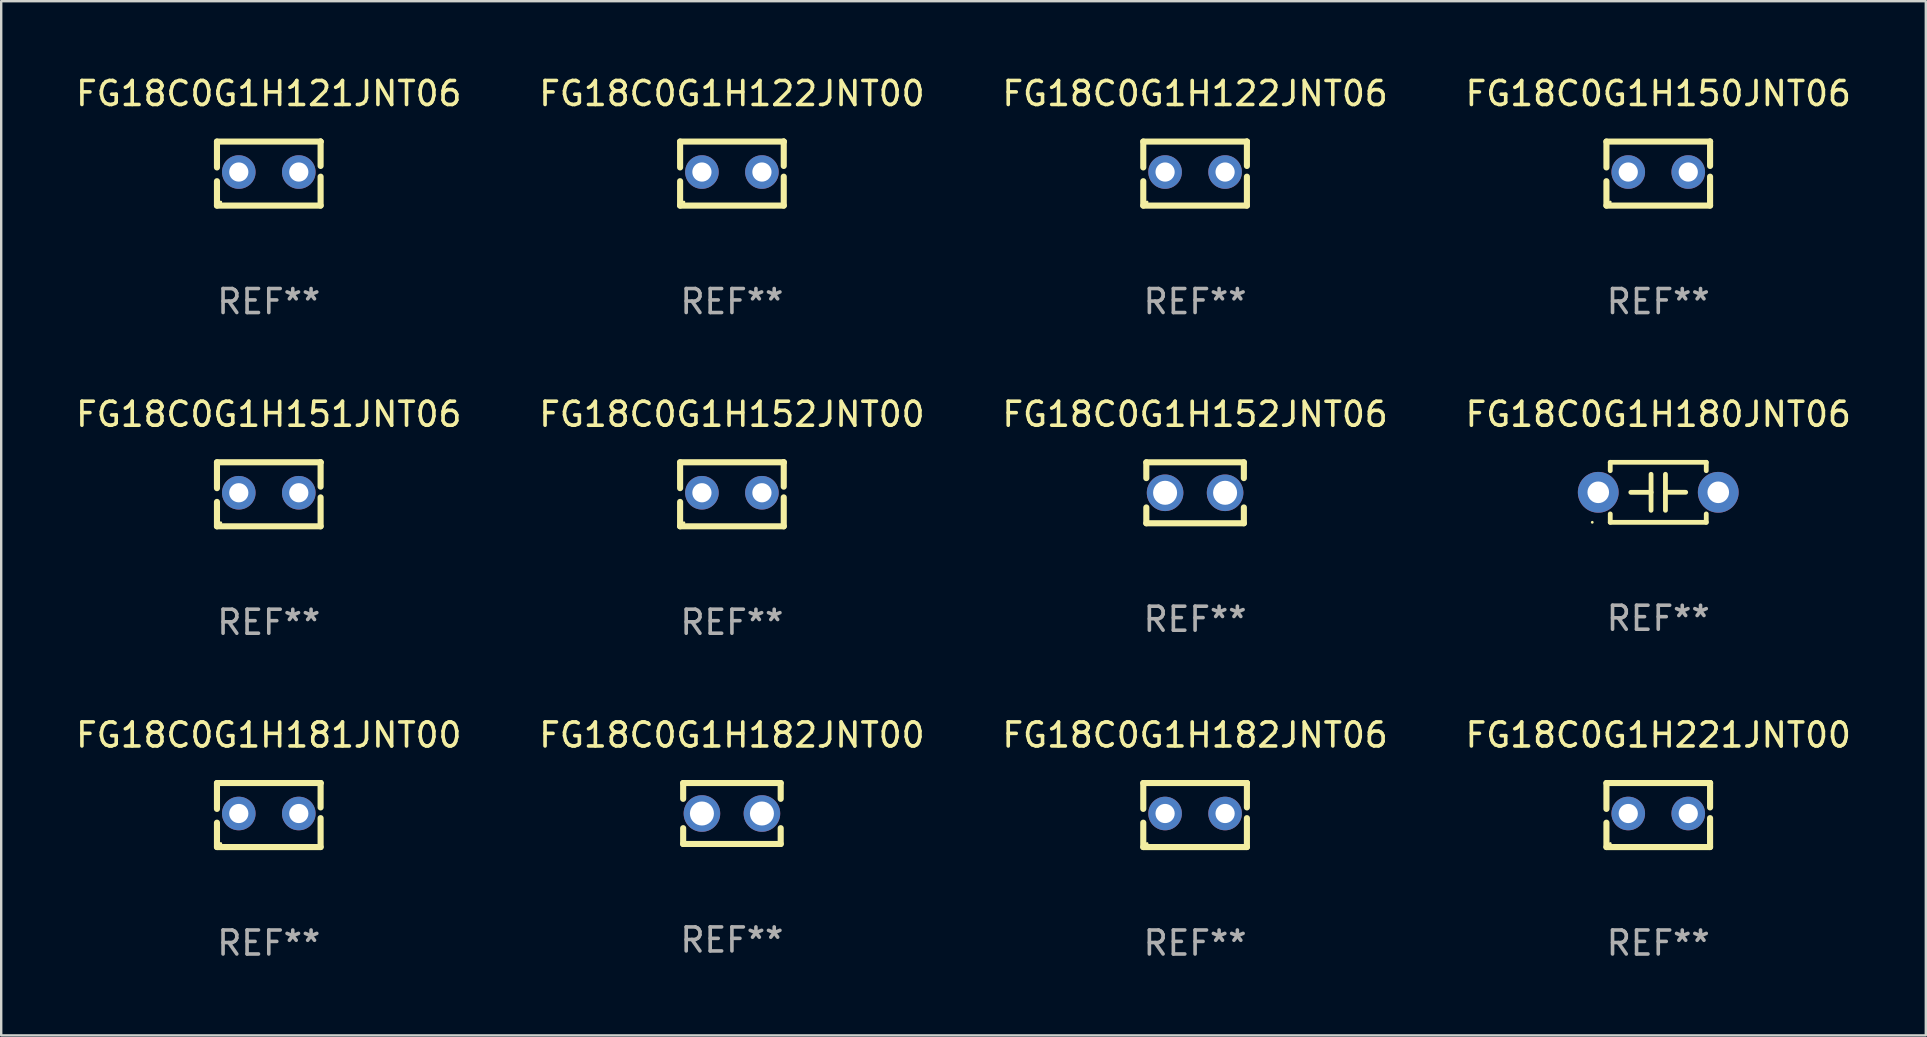
<source format=kicad_pcb>
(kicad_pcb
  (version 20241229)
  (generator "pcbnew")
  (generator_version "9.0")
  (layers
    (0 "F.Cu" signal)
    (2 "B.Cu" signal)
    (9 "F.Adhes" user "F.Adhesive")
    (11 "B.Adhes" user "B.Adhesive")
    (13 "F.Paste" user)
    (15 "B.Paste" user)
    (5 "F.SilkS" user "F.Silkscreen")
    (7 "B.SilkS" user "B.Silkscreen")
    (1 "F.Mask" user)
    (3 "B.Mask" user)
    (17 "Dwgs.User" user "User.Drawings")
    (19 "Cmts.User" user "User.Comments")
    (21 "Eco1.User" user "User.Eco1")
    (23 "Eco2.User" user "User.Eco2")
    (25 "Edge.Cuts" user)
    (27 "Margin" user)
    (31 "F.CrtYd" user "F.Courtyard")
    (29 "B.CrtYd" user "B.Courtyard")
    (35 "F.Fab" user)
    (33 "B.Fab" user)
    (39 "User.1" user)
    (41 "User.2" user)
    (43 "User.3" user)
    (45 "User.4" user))
  (footprint "FG18C0G1H121JNT06"
    (layer "F.Cu")
    (at 8.149 4.182)
    (property "Reference" "FG18C0G1H121JNT06" (at 0 -3.334 0) (layer "F.SilkS") (effects (font (size 1 1) (thickness 0.15))))
    (attr through_hole)
    (fp_line (start -2.159 -1.334) (end 2.159 -1.334) (stroke (width 0.254) (type solid)) (layer "F.SilkS"))
    (fp_line (start -2.159 -0.256) (end -2.159 -1.334) (stroke (width 0.254) (type solid)) (layer "F.SilkS"))
    (fp_line (start -2.159 1.334) (end -2.159 0.318) (stroke (width 0.254) (type solid)) (layer "F.SilkS"))
    (fp_line (start 2.159 -1.334) (end 2.159 -1.334) (stroke (width 0.254) (type solid)) (layer "F.SilkS"))
    (fp_line (start 2.159 -1.334) (end 2.159 -0.318) (stroke (width 0.254) (type solid)) (layer "F.SilkS"))
    (fp_line (start 2.159 0.129) (end 2.159 1.334) (stroke (width 0.254) (type solid)) (layer "F.SilkS"))
    (fp_line (start 2.159 1.334) (end -2.159 1.334) (stroke (width 0.254) (type solid)) (layer "F.SilkS"))
    (fp_circle (center -2 1.186) (end -1.97 1.186) (stroke (width 0.06) (type solid)) (fill no) (layer "F.SilkS"))
    (fp_text user "REF**" (at 0 5.334 0) (layer "F.Fab") (effects (font (size 1 1) (thickness 0.15))))
    (pad "1" thru_hole circle (at -1.25 -0.064) (size 1.4 1.4) (drill 0.8) (layers "*.Cu" "*.Mask"))
    (pad "2" thru_hole circle (at 1.25 -0.064) (size 1.4 1.4) (drill 0.8) (layers "*.Cu" "*.Mask")))
  (footprint "FG18C0G1H150JNT06"
    (layer "F.Cu")
    (at 66.042 4.182)
    (property "Reference" "FG18C0G1H150JNT06" (at 0 -3.334 0) (layer "F.SilkS") (effects (font (size 1 1) (thickness 0.15))))
    (attr through_hole)
    (fp_line (start -2.159 -1.334) (end 2.159 -1.334) (stroke (width 0.254) (type solid)) (layer "F.SilkS"))
    (fp_line (start -2.159 -0.256) (end -2.159 -1.334) (stroke (width 0.254) (type solid)) (layer "F.SilkS"))
    (fp_line (start -2.159 1.334) (end -2.159 0.318) (stroke (width 0.254) (type solid)) (layer "F.SilkS"))
    (fp_line (start 2.159 -1.334) (end 2.159 -1.334) (stroke (width 0.254) (type solid)) (layer "F.SilkS"))
    (fp_line (start 2.159 -1.334) (end 2.159 -0.318) (stroke (width 0.254) (type solid)) (layer "F.SilkS"))
    (fp_line (start 2.159 0.129) (end 2.159 1.334) (stroke (width 0.254) (type solid)) (layer "F.SilkS"))
    (fp_line (start 2.159 1.334) (end -2.159 1.334) (stroke (width 0.254) (type solid)) (layer "F.SilkS"))
    (fp_circle (center -2 1.186) (end -1.97 1.186) (stroke (width 0.06) (type solid)) (fill no) (layer "F.SilkS"))
    (fp_text user "REF**" (at 0 5.334 0) (layer "F.Fab") (effects (font (size 1 1) (thickness 0.15))))
    (pad "1" thru_hole circle (at -1.25 -0.064) (size 1.4 1.4) (drill 0.8) (layers "*.Cu" "*.Mask"))
    (pad "2" thru_hole circle (at 1.25 -0.064) (size 1.4 1.4) (drill 0.8) (layers "*.Cu" "*.Mask")))
  (footprint "FG18C0G1H221JNT00"
    (layer "F.Cu")
    (at 66.042 30.909)
    (property "Reference" "FG18C0G1H221JNT00" (at 0 -3.334 0) (layer "F.SilkS") (effects (font (size 1 1) (thickness 0.15))))
    (attr through_hole)
    (fp_line (start -2.159 -1.334) (end 2.159 -1.334) (stroke (width 0.254) (type solid)) (layer "F.SilkS"))
    (fp_line (start -2.159 -0.256) (end -2.159 -1.334) (stroke (width 0.254) (type solid)) (layer "F.SilkS"))
    (fp_line (start -2.159 1.334) (end -2.159 0.318) (stroke (width 0.254) (type solid)) (layer "F.SilkS"))
    (fp_line (start 2.159 -1.334) (end 2.159 -1.334) (stroke (width 0.254) (type solid)) (layer "F.SilkS"))
    (fp_line (start 2.159 -1.334) (end 2.159 -0.318) (stroke (width 0.254) (type solid)) (layer "F.SilkS"))
    (fp_line (start 2.159 0.129) (end 2.159 1.334) (stroke (width 0.254) (type solid)) (layer "F.SilkS"))
    (fp_line (start 2.159 1.334) (end -2.159 1.334) (stroke (width 0.254) (type solid)) (layer "F.SilkS"))
    (fp_circle (center -2 1.186) (end -1.97 1.186) (stroke (width 0.06) (type solid)) (fill no) (layer "F.SilkS"))
    (fp_text user "REF**" (at 0 5.334 0) (layer "F.Fab") (effects (font (size 1 1) (thickness 0.15))))
    (pad "1" thru_hole circle (at -1.25 -0.064) (size 1.4 1.4) (drill 0.8) (layers "*.Cu" "*.Mask"))
    (pad "2" thru_hole circle (at 1.25 -0.064) (size 1.4 1.4) (drill 0.8) (layers "*.Cu" "*.Mask")))
  (footprint "FG18C0G1H122JNT06"
    (layer "F.Cu")
    (at 46.744 4.182)
    (property "Reference" "FG18C0G1H122JNT06" (at 0 -3.334 0) (layer "F.SilkS") (effects (font (size 1 1) (thickness 0.15))))
    (attr through_hole)
    (fp_line (start -2.159 -1.334) (end 2.159 -1.334) (stroke (width 0.254) (type solid)) (layer "F.SilkS"))
    (fp_line (start -2.159 -0.256) (end -2.159 -1.334) (stroke (width 0.254) (type solid)) (layer "F.SilkS"))
    (fp_line (start -2.159 1.334) (end -2.159 0.318) (stroke (width 0.254) (type solid)) (layer "F.SilkS"))
    (fp_line (start 2.159 -1.334) (end 2.159 -1.334) (stroke (width 0.254) (type solid)) (layer "F.SilkS"))
    (fp_line (start 2.159 -1.334) (end 2.159 -0.318) (stroke (width 0.254) (type solid)) (layer "F.SilkS"))
    (fp_line (start 2.159 0.129) (end 2.159 1.334) (stroke (width 0.254) (type solid)) (layer "F.SilkS"))
    (fp_line (start 2.159 1.334) (end -2.159 1.334) (stroke (width 0.254) (type solid)) (layer "F.SilkS"))
    (fp_circle (center -2 1.186) (end -1.97 1.186) (stroke (width 0.06) (type solid)) (fill no) (layer "F.SilkS"))
    (fp_text user "REF**" (at 0 5.334 0) (layer "F.Fab") (effects (font (size 1 1) (thickness 0.15))))
    (pad "1" thru_hole circle (at -1.25 -0.064) (size 1.4 1.4) (drill 0.8) (layers "*.Cu" "*.Mask"))
    (pad "2" thru_hole circle (at 1.25 -0.064) (size 1.4 1.4) (drill 0.8) (layers "*.Cu" "*.Mask")))
  (footprint "FG18C0G1H180JNT06"
    (layer "F.Cu")
    (at 66.042 17.462)
    (property "Reference" "FG18C0G1H180JNT06" (at 0 -3.25 0) (layer "F.SilkS") (effects (font (size 1 1) (thickness 0.15))))
    (attr through_hole)
    (fp_line (start -2 -1.25) (end -2 -0.901) (stroke (width 0.2) (type solid)) (layer "F.SilkS"))
    (fp_line (start -2 -1.25) (end 2 -1.25) (stroke (width 0.2) (type solid)) (layer "F.SilkS"))
    (fp_line (start -2 0.901) (end -2 1.25) (stroke (width 0.2) (type solid)) (layer "F.SilkS"))
    (fp_line (start -0.3 -0.75) (end -0.3 0.75) (stroke (width 0.2) (type solid)) (layer "F.SilkS"))
    (fp_line (start -0.3 0.001) (end -1.143 0.001) (stroke (width 0.2) (type solid)) (layer "F.SilkS"))
    (fp_line (start 0.3 -0.001) (end 1.143 -0.001) (stroke (width 0.2) (type solid)) (layer "F.SilkS"))
    (fp_line (start 0.3 0.75) (end 0.3 -0.75) (stroke (width 0.2) (type solid)) (layer "F.SilkS"))
    (fp_line (start 2 -1.25) (end 2 -0.901) (stroke (width 0.2) (type solid)) (layer "F.SilkS"))
    (fp_line (start 2 0.901) (end 2 1.25) (stroke (width 0.2) (type solid)) (layer "F.SilkS"))
    (fp_line (start 2 1.25) (end -2 1.25) (stroke (width 0.2) (type solid)) (layer "F.SilkS"))
    (fp_circle (center -2.75 1.25) (end -2.72 1.25) (stroke (width 0.06) (type solid)) (fill no) (layer "F.SilkS"))
    (fp_text user "REF**" (at 0 5.25 0) (layer "F.Fab") (effects (font (size 1 1) (thickness 0.15))))
    (pad "1" thru_hole circle (at -2.5 0) (size 1.7 1.7) (drill 0.9) (layers "*.Cu" "*.Mask"))
    (pad "2" thru_hole circle (at 2.5 0) (size 1.7 1.7) (drill 0.9) (layers "*.Cu" "*.Mask")))
  (footprint "FG18C0G1H152JNT06"
    (layer "F.Cu")
    (at 46.744 17.482)
    (property "Reference" "FG18C0G1H152JNT06" (at 0 -3.27 0) (layer "F.SilkS") (effects (font (size 1 1) (thickness 0.15))))
    (attr through_hole)
    (fp_line (start -2.032 -1.27) (end -2.032 -0.611) (stroke (width 0.254) (type solid)) (layer "F.SilkS"))
    (fp_line (start -2.032 0.611) (end -2.032 1.27) (stroke (width 0.254) (type solid)) (layer "F.SilkS"))
    (fp_line (start -2.032 1.27) (end 2.032 1.27) (stroke (width 0.254) (type solid)) (layer "F.SilkS"))
    (fp_line (start 2.032 -1.27) (end -2.032 -1.27) (stroke (width 0.254) (type solid)) (layer "F.SilkS"))
    (fp_line (start 2.032 -0.611) (end 2.032 -1.27) (stroke (width 0.254) (type solid)) (layer "F.SilkS"))
    (fp_line (start 2.032 1.27) (end 2.032 0.611) (stroke (width 0.254) (type solid)) (layer "F.SilkS"))
    (fp_circle (center -2 1.25) (end -1.97 1.25) (stroke (width 0.06) (type solid)) (fill no) (layer "F.SilkS"))
    (fp_text user "REF**" (at 0 5.27 0) (layer "F.Fab") (effects (font (size 1 1) (thickness 0.15))))
    (pad "1" thru_hole circle (at -1.25 0) (size 1.524 1.524) (drill 1) (layers "*.Cu" "*.Mask"))
    (pad "2" thru_hole circle (at 1.25 0) (size 1.524 1.524) (drill 1) (layers "*.Cu" "*.Mask")))
  (footprint "FG18C0G1H151JNT06"
    (layer "F.Cu")
    (at 8.149 17.545)
    (property "Reference" "FG18C0G1H151JNT06" (at 0 -3.334 0) (layer "F.SilkS") (effects (font (size 1 1) (thickness 0.15))))
    (attr through_hole)
    (fp_line (start -2.159 -1.334) (end 2.159 -1.334) (stroke (width 0.254) (type solid)) (layer "F.SilkS"))
    (fp_line (start -2.159 -0.256) (end -2.159 -1.334) (stroke (width 0.254) (type solid)) (layer "F.SilkS"))
    (fp_line (start -2.159 1.334) (end -2.159 0.318) (stroke (width 0.254) (type solid)) (layer "F.SilkS"))
    (fp_line (start 2.159 -1.334) (end 2.159 -1.334) (stroke (width 0.254) (type solid)) (layer "F.SilkS"))
    (fp_line (start 2.159 -1.334) (end 2.159 -0.318) (stroke (width 0.254) (type solid)) (layer "F.SilkS"))
    (fp_line (start 2.159 0.129) (end 2.159 1.334) (stroke (width 0.254) (type solid)) (layer "F.SilkS"))
    (fp_line (start 2.159 1.334) (end -2.159 1.334) (stroke (width 0.254) (type solid)) (layer "F.SilkS"))
    (fp_circle (center -2 1.186) (end -1.97 1.186) (stroke (width 0.06) (type solid)) (fill no) (layer "F.SilkS"))
    (fp_text user "REF**" (at 0 5.334 0) (layer "F.Fab") (effects (font (size 1 1) (thickness 0.15))))
    (pad "1" thru_hole circle (at -1.25 -0.064) (size 1.4 1.4) (drill 0.8) (layers "*.Cu" "*.Mask"))
    (pad "2" thru_hole circle (at 1.25 -0.064) (size 1.4 1.4) (drill 0.8) (layers "*.Cu" "*.Mask")))
  (footprint "FG18C0G1H182JNT00"
    (layer "F.Cu")
    (at 27.446 30.845)
    (property "Reference" "FG18C0G1H182JNT00" (at 0 -3.27 0) (layer "F.SilkS") (effects (font (size 1 1) (thickness 0.15))))
    (attr through_hole)
    (fp_line (start -2.032 -1.27) (end -2.032 -0.611) (stroke (width 0.254) (type solid)) (layer "F.SilkS"))
    (fp_line (start -2.032 0.611) (end -2.032 1.27) (stroke (width 0.254) (type solid)) (layer "F.SilkS"))
    (fp_line (start -2.032 1.27) (end 2.032 1.27) (stroke (width 0.254) (type solid)) (layer "F.SilkS"))
    (fp_line (start 2.032 -1.27) (end -2.032 -1.27) (stroke (width 0.254) (type solid)) (layer "F.SilkS"))
    (fp_line (start 2.032 -0.611) (end 2.032 -1.27) (stroke (width 0.254) (type solid)) (layer "F.SilkS"))
    (fp_line (start 2.032 1.27) (end 2.032 0.611) (stroke (width 0.254) (type solid)) (layer "F.SilkS"))
    (fp_circle (center -2 1.25) (end -1.97 1.25) (stroke (width 0.06) (type solid)) (fill no) (layer "F.SilkS"))
    (fp_text user "REF**" (at 0 5.27 0) (layer "F.Fab") (effects (font (size 1 1) (thickness 0.15))))
    (pad "1" thru_hole circle (at -1.25 0) (size 1.524 1.524) (drill 1) (layers "*.Cu" "*.Mask"))
    (pad "2" thru_hole circle (at 1.25 0) (size 1.524 1.524) (drill 1) (layers "*.Cu" "*.Mask")))
  (footprint "FG18C0G1H181JNT00"
    (layer "F.Cu")
    (at 8.149 30.909)
    (property "Reference" "FG18C0G1H181JNT00" (at 0 -3.334 0) (layer "F.SilkS") (effects (font (size 1 1) (thickness 0.15))))
    (attr through_hole)
    (fp_line (start -2.159 -1.334) (end 2.159 -1.334) (stroke (width 0.254) (type solid)) (layer "F.SilkS"))
    (fp_line (start -2.159 -0.256) (end -2.159 -1.334) (stroke (width 0.254) (type solid)) (layer "F.SilkS"))
    (fp_line (start -2.159 1.334) (end -2.159 0.318) (stroke (width 0.254) (type solid)) (layer "F.SilkS"))
    (fp_line (start 2.159 -1.334) (end 2.159 -1.334) (stroke (width 0.254) (type solid)) (layer "F.SilkS"))
    (fp_line (start 2.159 -1.334) (end 2.159 -0.318) (stroke (width 0.254) (type solid)) (layer "F.SilkS"))
    (fp_line (start 2.159 0.129) (end 2.159 1.334) (stroke (width 0.254) (type solid)) (layer "F.SilkS"))
    (fp_line (start 2.159 1.334) (end -2.159 1.334) (stroke (width 0.254) (type solid)) (layer "F.SilkS"))
    (fp_circle (center -2 1.186) (end -1.97 1.186) (stroke (width 0.06) (type solid)) (fill no) (layer "F.SilkS"))
    (fp_text user "REF**" (at 0 5.334 0) (layer "F.Fab") (effects (font (size 1 1) (thickness 0.15))))
    (pad "1" thru_hole circle (at -1.25 -0.064) (size 1.4 1.4) (drill 0.8) (layers "*.Cu" "*.Mask"))
    (pad "2" thru_hole circle (at 1.25 -0.064) (size 1.4 1.4) (drill 0.8) (layers "*.Cu" "*.Mask")))
  (footprint "FG18C0G1H182JNT06"
    (layer "F.Cu")
    (at 46.744 30.909)
    (property "Reference" "FG18C0G1H182JNT06" (at 0 -3.334 0) (layer "F.SilkS") (effects (font (size 1 1) (thickness 0.15))))
    (attr through_hole)
    (fp_line (start -2.159 -1.334) (end 2.159 -1.334) (stroke (width 0.254) (type solid)) (layer "F.SilkS"))
    (fp_line (start -2.159 -0.256) (end -2.159 -1.334) (stroke (width 0.254) (type solid)) (layer "F.SilkS"))
    (fp_line (start -2.159 1.334) (end -2.159 0.318) (stroke (width 0.254) (type solid)) (layer "F.SilkS"))
    (fp_line (start 2.159 -1.334) (end 2.159 -1.334) (stroke (width 0.254) (type solid)) (layer "F.SilkS"))
    (fp_line (start 2.159 -1.334) (end 2.159 -0.318) (stroke (width 0.254) (type solid)) (layer "F.SilkS"))
    (fp_line (start 2.159 0.129) (end 2.159 1.334) (stroke (width 0.254) (type solid)) (layer "F.SilkS"))
    (fp_line (start 2.159 1.334) (end -2.159 1.334) (stroke (width 0.254) (type solid)) (layer "F.SilkS"))
    (fp_circle (center -2 1.186) (end -1.97 1.186) (stroke (width 0.06) (type solid)) (fill no) (layer "F.SilkS"))
    (fp_text user "REF**" (at 0 5.334 0) (layer "F.Fab") (effects (font (size 1 1) (thickness 0.15))))
    (pad "1" thru_hole circle (at -1.25 -0.064) (size 1.4 1.4) (drill 0.8) (layers "*.Cu" "*.Mask"))
    (pad "2" thru_hole circle (at 1.25 -0.064) (size 1.4 1.4) (drill 0.8) (layers "*.Cu" "*.Mask")))
  (footprint "FG18C0G1H152JNT00"
    (layer "F.Cu")
    (at 27.446 17.545)
    (property "Reference" "FG18C0G1H152JNT00" (at 0 -3.334 0) (layer "F.SilkS") (effects (font (size 1 1) (thickness 0.15))))
    (attr through_hole)
    (fp_line (start -2.159 -1.334) (end 2.159 -1.334) (stroke (width 0.254) (type solid)) (layer "F.SilkS"))
    (fp_line (start -2.159 -0.256) (end -2.159 -1.334) (stroke (width 0.254) (type solid)) (layer "F.SilkS"))
    (fp_line (start -2.159 1.334) (end -2.159 0.318) (stroke (width 0.254) (type solid)) (layer "F.SilkS"))
    (fp_line (start 2.159 -1.334) (end 2.159 -1.334) (stroke (width 0.254) (type solid)) (layer "F.SilkS"))
    (fp_line (start 2.159 -1.334) (end 2.159 -0.318) (stroke (width 0.254) (type solid)) (layer "F.SilkS"))
    (fp_line (start 2.159 0.129) (end 2.159 1.334) (stroke (width 0.254) (type solid)) (layer "F.SilkS"))
    (fp_line (start 2.159 1.334) (end -2.159 1.334) (stroke (width 0.254) (type solid)) (layer "F.SilkS"))
    (fp_circle (center -2 1.186) (end -1.97 1.186) (stroke (width 0.06) (type solid)) (fill no) (layer "F.SilkS"))
    (fp_text user "REF**" (at 0 5.334 0) (layer "F.Fab") (effects (font (size 1 1) (thickness 0.15))))
    (pad "1" thru_hole circle (at -1.25 -0.064) (size 1.4 1.4) (drill 0.8) (layers "*.Cu" "*.Mask"))
    (pad "2" thru_hole circle (at 1.25 -0.064) (size 1.4 1.4) (drill 0.8) (layers "*.Cu" "*.Mask")))
  (footprint "FG18C0G1H122JNT00"
    (layer "F.Cu")
    (at 27.446 4.182)
    (property "Reference" "FG18C0G1H122JNT00" (at 0 -3.334 0) (layer "F.SilkS") (effects (font (size 1 1) (thickness 0.15))))
    (attr through_hole)
    (fp_line (start -2.159 -1.334) (end 2.159 -1.334) (stroke (width 0.254) (type solid)) (layer "F.SilkS"))
    (fp_line (start -2.159 -0.256) (end -2.159 -1.334) (stroke (width 0.254) (type solid)) (layer "F.SilkS"))
    (fp_line (start -2.159 1.334) (end -2.159 0.318) (stroke (width 0.254) (type solid)) (layer "F.SilkS"))
    (fp_line (start 2.159 -1.334) (end 2.159 -1.334) (stroke (width 0.254) (type solid)) (layer "F.SilkS"))
    (fp_line (start 2.159 -1.334) (end 2.159 -0.318) (stroke (width 0.254) (type solid)) (layer "F.SilkS"))
    (fp_line (start 2.159 0.129) (end 2.159 1.334) (stroke (width 0.254) (type solid)) (layer "F.SilkS"))
    (fp_line (start 2.159 1.334) (end -2.159 1.334) (stroke (width 0.254) (type solid)) (layer "F.SilkS"))
    (fp_circle (center -2 1.186) (end -1.97 1.186) (stroke (width 0.06) (type solid)) (fill no) (layer "F.SilkS"))
    (fp_text user "REF**" (at 0 5.334 0) (layer "F.Fab") (effects (font (size 1 1) (thickness 0.15))))
    (pad "1" thru_hole circle (at -1.25 -0.064) (size 1.4 1.4) (drill 0.8) (layers "*.Cu" "*.Mask"))
    (pad "2" thru_hole circle (at 1.25 -0.064) (size 1.4 1.4) (drill 0.8) (layers "*.Cu" "*.Mask")))
  (gr_rect
    (start -3 -3)
    (end 77.19 40.091)
    (stroke (width 0.1) (type default))
    (fill no)
    (layer "Edge.Cuts")))
</source>
